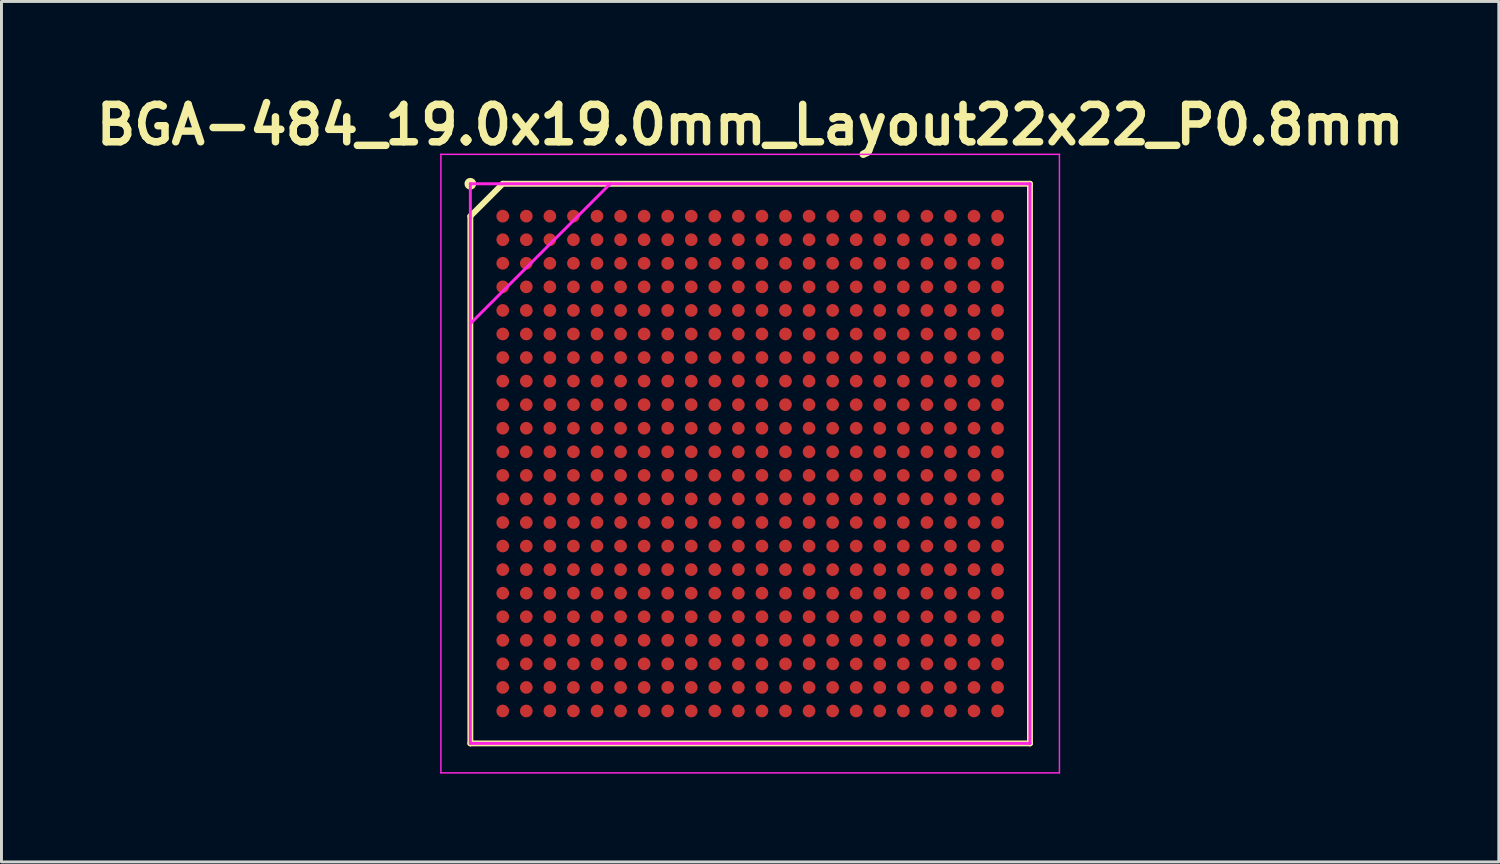
<source format=kicad_pcb>
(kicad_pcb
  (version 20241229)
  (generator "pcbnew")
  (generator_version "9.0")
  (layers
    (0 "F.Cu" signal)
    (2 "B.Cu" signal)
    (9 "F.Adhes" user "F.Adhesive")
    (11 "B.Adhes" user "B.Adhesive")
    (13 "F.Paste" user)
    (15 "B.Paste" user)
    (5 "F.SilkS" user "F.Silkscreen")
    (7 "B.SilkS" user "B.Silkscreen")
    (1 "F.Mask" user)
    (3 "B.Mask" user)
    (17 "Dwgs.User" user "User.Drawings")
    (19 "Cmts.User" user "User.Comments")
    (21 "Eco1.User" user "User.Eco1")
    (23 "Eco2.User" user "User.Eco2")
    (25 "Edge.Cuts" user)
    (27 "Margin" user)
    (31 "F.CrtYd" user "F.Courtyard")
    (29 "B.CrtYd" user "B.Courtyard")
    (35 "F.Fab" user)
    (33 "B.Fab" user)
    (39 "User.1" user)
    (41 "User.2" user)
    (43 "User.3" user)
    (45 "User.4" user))
  (footprint "BGA-484_19.0x19.0mm_Layout22x22_P0.8mm"
    (layer "F.Cu")
    (at 22.419 12.689)
    (property "Reference" "BGA-484_19.0x19.0mm_Layout22x22_P0.8mm" (at 0 -11.5 0) (layer "F.SilkS") (effects (font (size 1.27 1.27) (thickness 0.254))))
    (attr smd)
    (fp_line (start -9.5 -8.4) (end -8.4 -9.5) (stroke (width 0.2) (type solid)) (layer "F.SilkS"))
    (fp_line (start -9.5 9.5) (end -9.5 -8.4) (stroke (width 0.2) (type solid)) (layer "F.SilkS"))
    (fp_line (start -8.4 -9.5) (end 9.5 -9.5) (stroke (width 0.2) (type solid)) (layer "F.SilkS"))
    (fp_line (start 9.5 -9.5) (end 9.5 9.5) (stroke (width 0.2) (type solid)) (layer "F.SilkS"))
    (fp_line (start 9.5 9.5) (end -9.5 9.5) (stroke (width 0.2) (type solid)) (layer "F.SilkS"))
    (fp_circle (center -9.5 -9.5) (end -9.5 -9.4) (stroke (width 0.2) (type solid)) (fill no) (layer "F.SilkS"))
    (fp_line (start -10.5 -10.5) (end 10.5 -10.5) (stroke (width 0.05) (type solid)) (layer "F.CrtYd"))
    (fp_line (start -10.5 10.5) (end -10.5 -10.5) (stroke (width 0.05) (type solid)) (layer "F.CrtYd"))
    (fp_line (start -9.5 -9.5) (end 9.5 -9.5) (stroke (width 0.1) (type solid)) (layer "F.CrtYd"))
    (fp_line (start -9.5 -4.75) (end -4.75 -9.5) (stroke (width 0.1) (type solid)) (layer "F.CrtYd"))
    (fp_line (start -9.5 9.5) (end -9.5 -9.5) (stroke (width 0.1) (type solid)) (layer "F.CrtYd"))
    (fp_line (start 9.5 -9.5) (end 9.5 9.5) (stroke (width 0.1) (type solid)) (layer "F.CrtYd"))
    (fp_line (start 9.5 9.5) (end -9.5 9.5) (stroke (width 0.1) (type solid)) (layer "F.CrtYd"))
    (fp_line (start 10.5 -10.5) (end 10.5 10.5) (stroke (width 0.05) (type solid)) (layer "F.CrtYd"))
    (fp_line (start 10.5 10.5) (end -10.5 10.5) (stroke (width 0.05) (type solid)) (layer "F.CrtYd"))
    (pad "A1" smd circle (at -8.4 -8.4 90) (size 0.43 0.43) (layers "F.Cu" "F.Paste"))
    (pad "A2" smd circle (at -7.6 -8.4 90) (size 0.43 0.43) (layers "F.Cu" "F.Paste"))
    (pad "A3" smd circle (at -6.8 -8.4 90) (size 0.43 0.43) (layers "F.Cu" "F.Paste"))
    (pad "A4" smd circle (at -6 -8.4 90) (size 0.43 0.43) (layers "F.Cu" "F.Paste"))
    (pad "A5" smd circle (at -5.2 -8.4 90) (size 0.43 0.43) (layers "F.Cu" "F.Paste"))
    (pad "A6" smd circle (at -4.4 -8.4 90) (size 0.43 0.43) (layers "F.Cu" "F.Paste"))
    (pad "A7" smd circle (at -3.6 -8.4 90) (size 0.43 0.43) (layers "F.Cu" "F.Paste"))
    (pad "A8" smd circle (at -2.8 -8.4 90) (size 0.43 0.43) (layers "F.Cu" "F.Paste"))
    (pad "A9" smd circle (at -2 -8.4 90) (size 0.43 0.43) (layers "F.Cu" "F.Paste"))
    (pad "A10" smd circle (at -1.2 -8.4 90) (size 0.43 0.43) (layers "F.Cu" "F.Paste"))
    (pad "A11" smd circle (at -0.4 -8.4 90) (size 0.43 0.43) (layers "F.Cu" "F.Paste"))
    (pad "A12" smd circle (at 0.4 -8.4 90) (size 0.43 0.43) (layers "F.Cu" "F.Paste"))
    (pad "A13" smd circle (at 1.2 -8.4 90) (size 0.43 0.43) (layers "F.Cu" "F.Paste"))
    (pad "A14" smd circle (at 2 -8.4 90) (size 0.43 0.43) (layers "F.Cu" "F.Paste"))
    (pad "A15" smd circle (at 2.8 -8.4 90) (size 0.43 0.43) (layers "F.Cu" "F.Paste"))
    (pad "A16" smd circle (at 3.6 -8.4 90) (size 0.43 0.43) (layers "F.Cu" "F.Paste"))
    (pad "A17" smd circle (at 4.4 -8.4 90) (size 0.43 0.43) (layers "F.Cu" "F.Paste"))
    (pad "A18" smd circle (at 5.2 -8.4 90) (size 0.43 0.43) (layers "F.Cu" "F.Paste"))
    (pad "A19" smd circle (at 6 -8.4 90) (size 0.43 0.43) (layers "F.Cu" "F.Paste"))
    (pad "A20" smd circle (at 6.8 -8.4 90) (size 0.43 0.43) (layers "F.Cu" "F.Paste"))
    (pad "A21" smd circle (at 7.6 -8.4 90) (size 0.43 0.43) (layers "F.Cu" "F.Paste"))
    (pad "A22" smd circle (at 8.4 -8.4 90) (size 0.43 0.43) (layers "F.Cu" "F.Paste"))
    (pad "AA1" smd circle (at -8.4 7.6 90) (size 0.43 0.43) (layers "F.Cu" "F.Paste"))
    (pad "AA2" smd circle (at -7.6 7.6 90) (size 0.43 0.43) (layers "F.Cu" "F.Paste"))
    (pad "AA3" smd circle (at -6.8 7.6 90) (size 0.43 0.43) (layers "F.Cu" "F.Paste"))
    (pad "AA4" smd circle (at -6 7.6 90) (size 0.43 0.43) (layers "F.Cu" "F.Paste"))
    (pad "AA5" smd circle (at -5.2 7.6 90) (size 0.43 0.43) (layers "F.Cu" "F.Paste"))
    (pad "AA6" smd circle (at -4.4 7.6 90) (size 0.43 0.43) (layers "F.Cu" "F.Paste"))
    (pad "AA7" smd circle (at -3.6 7.6 90) (size 0.43 0.43) (layers "F.Cu" "F.Paste"))
    (pad "AA8" smd circle (at -2.8 7.6 90) (size 0.43 0.43) (layers "F.Cu" "F.Paste"))
    (pad "AA9" smd circle (at -2 7.6 90) (size 0.43 0.43) (layers "F.Cu" "F.Paste"))
    (pad "AA10" smd circle (at -1.2 7.6 90) (size 0.43 0.43) (layers "F.Cu" "F.Paste"))
    (pad "AA11" smd circle (at -0.4 7.6 90) (size 0.43 0.43) (layers "F.Cu" "F.Paste"))
    (pad "AA12" smd circle (at 0.4 7.6 90) (size 0.43 0.43) (layers "F.Cu" "F.Paste"))
    (pad "AA13" smd circle (at 1.2 7.6 90) (size 0.43 0.43) (layers "F.Cu" "F.Paste"))
    (pad "AA14" smd circle (at 2 7.6 90) (size 0.43 0.43) (layers "F.Cu" "F.Paste"))
    (pad "AA15" smd circle (at 2.8 7.6 90) (size 0.43 0.43) (layers "F.Cu" "F.Paste"))
    (pad "AA16" smd circle (at 3.6 7.6 90) (size 0.43 0.43) (layers "F.Cu" "F.Paste"))
    (pad "AA17" smd circle (at 4.4 7.6 90) (size 0.43 0.43) (layers "F.Cu" "F.Paste"))
    (pad "AA18" smd circle (at 5.2 7.6 90) (size 0.43 0.43) (layers "F.Cu" "F.Paste"))
    (pad "AA19" smd circle (at 6 7.6 90) (size 0.43 0.43) (layers "F.Cu" "F.Paste"))
    (pad "AA20" smd circle (at 6.8 7.6 90) (size 0.43 0.43) (layers "F.Cu" "F.Paste"))
    (pad "AA21" smd circle (at 7.6 7.6 90) (size 0.43 0.43) (layers "F.Cu" "F.Paste"))
    (pad "AA22" smd circle (at 8.4 7.6 90) (size 0.43 0.43) (layers "F.Cu" "F.Paste"))
    (pad "AB1" smd circle (at -8.4 8.4 90) (size 0.43 0.43) (layers "F.Cu" "F.Paste"))
    (pad "AB2" smd circle (at -7.6 8.4 90) (size 0.43 0.43) (layers "F.Cu" "F.Paste"))
    (pad "AB3" smd circle (at -6.8 8.4 90) (size 0.43 0.43) (layers "F.Cu" "F.Paste"))
    (pad "AB4" smd circle (at -6 8.4 90) (size 0.43 0.43) (layers "F.Cu" "F.Paste"))
    (pad "AB5" smd circle (at -5.2 8.4 90) (size 0.43 0.43) (layers "F.Cu" "F.Paste"))
    (pad "AB6" smd circle (at -4.4 8.4 90) (size 0.43 0.43) (layers "F.Cu" "F.Paste"))
    (pad "AB7" smd circle (at -3.6 8.4 90) (size 0.43 0.43) (layers "F.Cu" "F.Paste"))
    (pad "AB8" smd circle (at -2.8 8.4 90) (size 0.43 0.43) (layers "F.Cu" "F.Paste"))
    (pad "AB9" smd circle (at -2 8.4 90) (size 0.43 0.43) (layers "F.Cu" "F.Paste"))
    (pad "AB10" smd circle (at -1.2 8.4 90) (size 0.43 0.43) (layers "F.Cu" "F.Paste"))
    (pad "AB11" smd circle (at -0.4 8.4 90) (size 0.43 0.43) (layers "F.Cu" "F.Paste"))
    (pad "AB12" smd circle (at 0.4 8.4 90) (size 0.43 0.43) (layers "F.Cu" "F.Paste"))
    (pad "AB13" smd circle (at 1.2 8.4 90) (size 0.43 0.43) (layers "F.Cu" "F.Paste"))
    (pad "AB14" smd circle (at 2 8.4 90) (size 0.43 0.43) (layers "F.Cu" "F.Paste"))
    (pad "AB15" smd circle (at 2.8 8.4 90) (size 0.43 0.43) (layers "F.Cu" "F.Paste"))
    (pad "AB16" smd circle (at 3.6 8.4 90) (size 0.43 0.43) (layers "F.Cu" "F.Paste"))
    (pad "AB17" smd circle (at 4.4 8.4 90) (size 0.43 0.43) (layers "F.Cu" "F.Paste"))
    (pad "AB18" smd circle (at 5.2 8.4 90) (size 0.43 0.43) (layers "F.Cu" "F.Paste"))
    (pad "AB19" smd circle (at 6 8.4 90) (size 0.43 0.43) (layers "F.Cu" "F.Paste"))
    (pad "AB20" smd circle (at 6.8 8.4 90) (size 0.43 0.43) (layers "F.Cu" "F.Paste"))
    (pad "AB21" smd circle (at 7.6 8.4 90) (size 0.43 0.43) (layers "F.Cu" "F.Paste"))
    (pad "AB22" smd circle (at 8.4 8.4 90) (size 0.43 0.43) (layers "F.Cu" "F.Paste"))
    (pad "B1" smd circle (at -8.4 -7.6 90) (size 0.43 0.43) (layers "F.Cu" "F.Paste"))
    (pad "B2" smd circle (at -7.6 -7.6 90) (size 0.43 0.43) (layers "F.Cu" "F.Paste"))
    (pad "B3" smd circle (at -6.8 -7.6 90) (size 0.43 0.43) (layers "F.Cu" "F.Paste"))
    (pad "B4" smd circle (at -6 -7.6 90) (size 0.43 0.43) (layers "F.Cu" "F.Paste"))
    (pad "B5" smd circle (at -5.2 -7.6 90) (size 0.43 0.43) (layers "F.Cu" "F.Paste"))
    (pad "B6" smd circle (at -4.4 -7.6 90) (size 0.43 0.43) (layers "F.Cu" "F.Paste"))
    (pad "B7" smd circle (at -3.6 -7.6 90) (size 0.43 0.43) (layers "F.Cu" "F.Paste"))
    (pad "B8" smd circle (at -2.8 -7.6 90) (size 0.43 0.43) (layers "F.Cu" "F.Paste"))
    (pad "B9" smd circle (at -2 -7.6 90) (size 0.43 0.43) (layers "F.Cu" "F.Paste"))
    (pad "B10" smd circle (at -1.2 -7.6 90) (size 0.43 0.43) (layers "F.Cu" "F.Paste"))
    (pad "B11" smd circle (at -0.4 -7.6 90) (size 0.43 0.43) (layers "F.Cu" "F.Paste"))
    (pad "B12" smd circle (at 0.4 -7.6 90) (size 0.43 0.43) (layers "F.Cu" "F.Paste"))
    (pad "B13" smd circle (at 1.2 -7.6 90) (size 0.43 0.43) (layers "F.Cu" "F.Paste"))
    (pad "B14" smd circle (at 2 -7.6 90) (size 0.43 0.43) (layers "F.Cu" "F.Paste"))
    (pad "B15" smd circle (at 2.8 -7.6 90) (size 0.43 0.43) (layers "F.Cu" "F.Paste"))
    (pad "B16" smd circle (at 3.6 -7.6 90) (size 0.43 0.43) (layers "F.Cu" "F.Paste"))
    (pad "B17" smd circle (at 4.4 -7.6 90) (size 0.43 0.43) (layers "F.Cu" "F.Paste"))
    (pad "B18" smd circle (at 5.2 -7.6 90) (size 0.43 0.43) (layers "F.Cu" "F.Paste"))
    (pad "B19" smd circle (at 6 -7.6 90) (size 0.43 0.43) (layers "F.Cu" "F.Paste"))
    (pad "B20" smd circle (at 6.8 -7.6 90) (size 0.43 0.43) (layers "F.Cu" "F.Paste"))
    (pad "B21" smd circle (at 7.6 -7.6 90) (size 0.43 0.43) (layers "F.Cu" "F.Paste"))
    (pad "B22" smd circle (at 8.4 -7.6 90) (size 0.43 0.43) (layers "F.Cu" "F.Paste"))
    (pad "C1" smd circle (at -8.4 -6.8 90) (size 0.43 0.43) (layers "F.Cu" "F.Paste"))
    (pad "C2" smd circle (at -7.6 -6.8 90) (size 0.43 0.43) (layers "F.Cu" "F.Paste"))
    (pad "C3" smd circle (at -6.8 -6.8 90) (size 0.43 0.43) (layers "F.Cu" "F.Paste"))
    (pad "C4" smd circle (at -6 -6.8 90) (size 0.43 0.43) (layers "F.Cu" "F.Paste"))
    (pad "C5" smd circle (at -5.2 -6.8 90) (size 0.43 0.43) (layers "F.Cu" "F.Paste"))
    (pad "C6" smd circle (at -4.4 -6.8 90) (size 0.43 0.43) (layers "F.Cu" "F.Paste"))
    (pad "C7" smd circle (at -3.6 -6.8 90) (size 0.43 0.43) (layers "F.Cu" "F.Paste"))
    (pad "C8" smd circle (at -2.8 -6.8 90) (size 0.43 0.43) (layers "F.Cu" "F.Paste"))
    (pad "C9" smd circle (at -2 -6.8 90) (size 0.43 0.43) (layers "F.Cu" "F.Paste"))
    (pad "C10" smd circle (at -1.2 -6.8 90) (size 0.43 0.43) (layers "F.Cu" "F.Paste"))
    (pad "C11" smd circle (at -0.4 -6.8 90) (size 0.43 0.43) (layers "F.Cu" "F.Paste"))
    (pad "C12" smd circle (at 0.4 -6.8 90) (size 0.43 0.43) (layers "F.Cu" "F.Paste"))
    (pad "C13" smd circle (at 1.2 -6.8 90) (size 0.43 0.43) (layers "F.Cu" "F.Paste"))
    (pad "C14" smd circle (at 2 -6.8 90) (size 0.43 0.43) (layers "F.Cu" "F.Paste"))
    (pad "C15" smd circle (at 2.8 -6.8 90) (size 0.43 0.43) (layers "F.Cu" "F.Paste"))
    (pad "C16" smd circle (at 3.6 -6.8 90) (size 0.43 0.43) (layers "F.Cu" "F.Paste"))
    (pad "C17" smd circle (at 4.4 -6.8 90) (size 0.43 0.43) (layers "F.Cu" "F.Paste"))
    (pad "C18" smd circle (at 5.2 -6.8 90) (size 0.43 0.43) (layers "F.Cu" "F.Paste"))
    (pad "C19" smd circle (at 6 -6.8 90) (size 0.43 0.43) (layers "F.Cu" "F.Paste"))
    (pad "C20" smd circle (at 6.8 -6.8 90) (size 0.43 0.43) (layers "F.Cu" "F.Paste"))
    (pad "C21" smd circle (at 7.6 -6.8 90) (size 0.43 0.43) (layers "F.Cu" "F.Paste"))
    (pad "C22" smd circle (at 8.4 -6.8 90) (size 0.43 0.43) (layers "F.Cu" "F.Paste"))
    (pad "D1" smd circle (at -8.4 -6 90) (size 0.43 0.43) (layers "F.Cu" "F.Paste"))
    (pad "D2" smd circle (at -7.6 -6 90) (size 0.43 0.43) (layers "F.Cu" "F.Paste"))
    (pad "D3" smd circle (at -6.8 -6 90) (size 0.43 0.43) (layers "F.Cu" "F.Paste"))
    (pad "D4" smd circle (at -6 -6 90) (size 0.43 0.43) (layers "F.Cu" "F.Paste"))
    (pad "D5" smd circle (at -5.2 -6 90) (size 0.43 0.43) (layers "F.Cu" "F.Paste"))
    (pad "D6" smd circle (at -4.4 -6 90) (size 0.43 0.43) (layers "F.Cu" "F.Paste"))
    (pad "D7" smd circle (at -3.6 -6 90) (size 0.43 0.43) (layers "F.Cu" "F.Paste"))
    (pad "D8" smd circle (at -2.8 -6 90) (size 0.43 0.43) (layers "F.Cu" "F.Paste"))
    (pad "D9" smd circle (at -2 -6 90) (size 0.43 0.43) (layers "F.Cu" "F.Paste"))
    (pad "D10" smd circle (at -1.2 -6 90) (size 0.43 0.43) (layers "F.Cu" "F.Paste"))
    (pad "D11" smd circle (at -0.4 -6 90) (size 0.43 0.43) (layers "F.Cu" "F.Paste"))
    (pad "D12" smd circle (at 0.4 -6 90) (size 0.43 0.43) (layers "F.Cu" "F.Paste"))
    (pad "D13" smd circle (at 1.2 -6 90) (size 0.43 0.43) (layers "F.Cu" "F.Paste"))
    (pad "D14" smd circle (at 2 -6 90) (size 0.43 0.43) (layers "F.Cu" "F.Paste"))
    (pad "D15" smd circle (at 2.8 -6 90) (size 0.43 0.43) (layers "F.Cu" "F.Paste"))
    (pad "D16" smd circle (at 3.6 -6 90) (size 0.43 0.43) (layers "F.Cu" "F.Paste"))
    (pad "D17" smd circle (at 4.4 -6 90) (size 0.43 0.43) (layers "F.Cu" "F.Paste"))
    (pad "D18" smd circle (at 5.2 -6 90) (size 0.43 0.43) (layers "F.Cu" "F.Paste"))
    (pad "D19" smd circle (at 6 -6 90) (size 0.43 0.43) (layers "F.Cu" "F.Paste"))
    (pad "D20" smd circle (at 6.8 -6 90) (size 0.43 0.43) (layers "F.Cu" "F.Paste"))
    (pad "D21" smd circle (at 7.6 -6 90) (size 0.43 0.43) (layers "F.Cu" "F.Paste"))
    (pad "D22" smd circle (at 8.4 -6 90) (size 0.43 0.43) (layers "F.Cu" "F.Paste"))
    (pad "E1" smd circle (at -8.4 -5.2 90) (size 0.43 0.43) (layers "F.Cu" "F.Paste"))
    (pad "E2" smd circle (at -7.6 -5.2 90) (size 0.43 0.43) (layers "F.Cu" "F.Paste"))
    (pad "E3" smd circle (at -6.8 -5.2 90) (size 0.43 0.43) (layers "F.Cu" "F.Paste"))
    (pad "E4" smd circle (at -6 -5.2 90) (size 0.43 0.43) (layers "F.Cu" "F.Paste"))
    (pad "E5" smd circle (at -5.2 -5.2 90) (size 0.43 0.43) (layers "F.Cu" "F.Paste"))
    (pad "E6" smd circle (at -4.4 -5.2 90) (size 0.43 0.43) (layers "F.Cu" "F.Paste"))
    (pad "E7" smd circle (at -3.6 -5.2 90) (size 0.43 0.43) (layers "F.Cu" "F.Paste"))
    (pad "E8" smd circle (at -2.8 -5.2 90) (size 0.43 0.43) (layers "F.Cu" "F.Paste"))
    (pad "E9" smd circle (at -2 -5.2 90) (size 0.43 0.43) (layers "F.Cu" "F.Paste"))
    (pad "E10" smd circle (at -1.2 -5.2 90) (size 0.43 0.43) (layers "F.Cu" "F.Paste"))
    (pad "E11" smd circle (at -0.4 -5.2 90) (size 0.43 0.43) (layers "F.Cu" "F.Paste"))
    (pad "E12" smd circle (at 0.4 -5.2 90) (size 0.43 0.43) (layers "F.Cu" "F.Paste"))
    (pad "E13" smd circle (at 1.2 -5.2 90) (size 0.43 0.43) (layers "F.Cu" "F.Paste"))
    (pad "E14" smd circle (at 2 -5.2 90) (size 0.43 0.43) (layers "F.Cu" "F.Paste"))
    (pad "E15" smd circle (at 2.8 -5.2 90) (size 0.43 0.43) (layers "F.Cu" "F.Paste"))
    (pad "E16" smd circle (at 3.6 -5.2 90) (size 0.43 0.43) (layers "F.Cu" "F.Paste"))
    (pad "E17" smd circle (at 4.4 -5.2 90) (size 0.43 0.43) (layers "F.Cu" "F.Paste"))
    (pad "E18" smd circle (at 5.2 -5.2 90) (size 0.43 0.43) (layers "F.Cu" "F.Paste"))
    (pad "E19" smd circle (at 6 -5.2 90) (size 0.43 0.43) (layers "F.Cu" "F.Paste"))
    (pad "E20" smd circle (at 6.8 -5.2 90) (size 0.43 0.43) (layers "F.Cu" "F.Paste"))
    (pad "E21" smd circle (at 7.6 -5.2 90) (size 0.43 0.43) (layers "F.Cu" "F.Paste"))
    (pad "E22" smd circle (at 8.4 -5.2 90) (size 0.43 0.43) (layers "F.Cu" "F.Paste"))
    (pad "F1" smd circle (at -8.4 -4.4 90) (size 0.43 0.43) (layers "F.Cu" "F.Paste"))
    (pad "F2" smd circle (at -7.6 -4.4 90) (size 0.43 0.43) (layers "F.Cu" "F.Paste"))
    (pad "F3" smd circle (at -6.8 -4.4 90) (size 0.43 0.43) (layers "F.Cu" "F.Paste"))
    (pad "F4" smd circle (at -6 -4.4 90) (size 0.43 0.43) (layers "F.Cu" "F.Paste"))
    (pad "F5" smd circle (at -5.2 -4.4 90) (size 0.43 0.43) (layers "F.Cu" "F.Paste"))
    (pad "F6" smd circle (at -4.4 -4.4 90) (size 0.43 0.43) (layers "F.Cu" "F.Paste"))
    (pad "F7" smd circle (at -3.6 -4.4 90) (size 0.43 0.43) (layers "F.Cu" "F.Paste"))
    (pad "F8" smd circle (at -2.8 -4.4 90) (size 0.43 0.43) (layers "F.Cu" "F.Paste"))
    (pad "F9" smd circle (at -2 -4.4 90) (size 0.43 0.43) (layers "F.Cu" "F.Paste"))
    (pad "F10" smd circle (at -1.2 -4.4 90) (size 0.43 0.43) (layers "F.Cu" "F.Paste"))
    (pad "F11" smd circle (at -0.4 -4.4 90) (size 0.43 0.43) (layers "F.Cu" "F.Paste"))
    (pad "F12" smd circle (at 0.4 -4.4 90) (size 0.43 0.43) (layers "F.Cu" "F.Paste"))
    (pad "F13" smd circle (at 1.2 -4.4 90) (size 0.43 0.43) (layers "F.Cu" "F.Paste"))
    (pad "F14" smd circle (at 2 -4.4 90) (size 0.43 0.43) (layers "F.Cu" "F.Paste"))
    (pad "F15" smd circle (at 2.8 -4.4 90) (size 0.43 0.43) (layers "F.Cu" "F.Paste"))
    (pad "F16" smd circle (at 3.6 -4.4 90) (size 0.43 0.43) (layers "F.Cu" "F.Paste"))
    (pad "F17" smd circle (at 4.4 -4.4 90) (size 0.43 0.43) (layers "F.Cu" "F.Paste"))
    (pad "F18" smd circle (at 5.2 -4.4 90) (size 0.43 0.43) (layers "F.Cu" "F.Paste"))
    (pad "F19" smd circle (at 6 -4.4 90) (size 0.43 0.43) (layers "F.Cu" "F.Paste"))
    (pad "F20" smd circle (at 6.8 -4.4 90) (size 0.43 0.43) (layers "F.Cu" "F.Paste"))
    (pad "F21" smd circle (at 7.6 -4.4 90) (size 0.43 0.43) (layers "F.Cu" "F.Paste"))
    (pad "F22" smd circle (at 8.4 -4.4 90) (size 0.43 0.43) (layers "F.Cu" "F.Paste"))
    (pad "G1" smd circle (at -8.4 -3.6 90) (size 0.43 0.43) (layers "F.Cu" "F.Paste"))
    (pad "G2" smd circle (at -7.6 -3.6 90) (size 0.43 0.43) (layers "F.Cu" "F.Paste"))
    (pad "G3" smd circle (at -6.8 -3.6 90) (size 0.43 0.43) (layers "F.Cu" "F.Paste"))
    (pad "G4" smd circle (at -6 -3.6 90) (size 0.43 0.43) (layers "F.Cu" "F.Paste"))
    (pad "G5" smd circle (at -5.2 -3.6 90) (size 0.43 0.43) (layers "F.Cu" "F.Paste"))
    (pad "G6" smd circle (at -4.4 -3.6 90) (size 0.43 0.43) (layers "F.Cu" "F.Paste"))
    (pad "G7" smd circle (at -3.6 -3.6 90) (size 0.43 0.43) (layers "F.Cu" "F.Paste"))
    (pad "G8" smd circle (at -2.8 -3.6 90) (size 0.43 0.43) (layers "F.Cu" "F.Paste"))
    (pad "G9" smd circle (at -2 -3.6 90) (size 0.43 0.43) (layers "F.Cu" "F.Paste"))
    (pad "G10" smd circle (at -1.2 -3.6 90) (size 0.43 0.43) (layers "F.Cu" "F.Paste"))
    (pad "G11" smd circle (at -0.4 -3.6 90) (size 0.43 0.43) (layers "F.Cu" "F.Paste"))
    (pad "G12" smd circle (at 0.4 -3.6 90) (size 0.43 0.43) (layers "F.Cu" "F.Paste"))
    (pad "G13" smd circle (at 1.2 -3.6 90) (size 0.43 0.43) (layers "F.Cu" "F.Paste"))
    (pad "G14" smd circle (at 2 -3.6 90) (size 0.43 0.43) (layers "F.Cu" "F.Paste"))
    (pad "G15" smd circle (at 2.8 -3.6 90) (size 0.43 0.43) (layers "F.Cu" "F.Paste"))
    (pad "G16" smd circle (at 3.6 -3.6 90) (size 0.43 0.43) (layers "F.Cu" "F.Paste"))
    (pad "G17" smd circle (at 4.4 -3.6 90) (size 0.43 0.43) (layers "F.Cu" "F.Paste"))
    (pad "G18" smd circle (at 5.2 -3.6 90) (size 0.43 0.43) (layers "F.Cu" "F.Paste"))
    (pad "G19" smd circle (at 6 -3.6 90) (size 0.43 0.43) (layers "F.Cu" "F.Paste"))
    (pad "G20" smd circle (at 6.8 -3.6 90) (size 0.43 0.43) (layers "F.Cu" "F.Paste"))
    (pad "G21" smd circle (at 7.6 -3.6 90) (size 0.43 0.43) (layers "F.Cu" "F.Paste"))
    (pad "G22" smd circle (at 8.4 -3.6 90) (size 0.43 0.43) (layers "F.Cu" "F.Paste"))
    (pad "H1" smd circle (at -8.4 -2.8 90) (size 0.43 0.43) (layers "F.Cu" "F.Paste"))
    (pad "H2" smd circle (at -7.6 -2.8 90) (size 0.43 0.43) (layers "F.Cu" "F.Paste"))
    (pad "H3" smd circle (at -6.8 -2.8 90) (size 0.43 0.43) (layers "F.Cu" "F.Paste"))
    (pad "H4" smd circle (at -6 -2.8 90) (size 0.43 0.43) (layers "F.Cu" "F.Paste"))
    (pad "H5" smd circle (at -5.2 -2.8 90) (size 0.43 0.43) (layers "F.Cu" "F.Paste"))
    (pad "H6" smd circle (at -4.4 -2.8 90) (size 0.43 0.43) (layers "F.Cu" "F.Paste"))
    (pad "H7" smd circle (at -3.6 -2.8 90) (size 0.43 0.43) (layers "F.Cu" "F.Paste"))
    (pad "H8" smd circle (at -2.8 -2.8 90) (size 0.43 0.43) (layers "F.Cu" "F.Paste"))
    (pad "H9" smd circle (at -2 -2.8 90) (size 0.43 0.43) (layers "F.Cu" "F.Paste"))
    (pad "H10" smd circle (at -1.2 -2.8 90) (size 0.43 0.43) (layers "F.Cu" "F.Paste"))
    (pad "H11" smd circle (at -0.4 -2.8 90) (size 0.43 0.43) (layers "F.Cu" "F.Paste"))
    (pad "H12" smd circle (at 0.4 -2.8 90) (size 0.43 0.43) (layers "F.Cu" "F.Paste"))
    (pad "H13" smd circle (at 1.2 -2.8 90) (size 0.43 0.43) (layers "F.Cu" "F.Paste"))
    (pad "H14" smd circle (at 2 -2.8 90) (size 0.43 0.43) (layers "F.Cu" "F.Paste"))
    (pad "H15" smd circle (at 2.8 -2.8 90) (size 0.43 0.43) (layers "F.Cu" "F.Paste"))
    (pad "H16" smd circle (at 3.6 -2.8 90) (size 0.43 0.43) (layers "F.Cu" "F.Paste"))
    (pad "H17" smd circle (at 4.4 -2.8 90) (size 0.43 0.43) (layers "F.Cu" "F.Paste"))
    (pad "H18" smd circle (at 5.2 -2.8 90) (size 0.43 0.43) (layers "F.Cu" "F.Paste"))
    (pad "H19" smd circle (at 6 -2.8 90) (size 0.43 0.43) (layers "F.Cu" "F.Paste"))
    (pad "H20" smd circle (at 6.8 -2.8 90) (size 0.43 0.43) (layers "F.Cu" "F.Paste"))
    (pad "H21" smd circle (at 7.6 -2.8 90) (size 0.43 0.43) (layers "F.Cu" "F.Paste"))
    (pad "H22" smd circle (at 8.4 -2.8 90) (size 0.43 0.43) (layers "F.Cu" "F.Paste"))
    (pad "J1" smd circle (at -8.4 -2 90) (size 0.43 0.43) (layers "F.Cu" "F.Paste"))
    (pad "J2" smd circle (at -7.6 -2 90) (size 0.43 0.43) (layers "F.Cu" "F.Paste"))
    (pad "J3" smd circle (at -6.8 -2 90) (size 0.43 0.43) (layers "F.Cu" "F.Paste"))
    (pad "J4" smd circle (at -6 -2 90) (size 0.43 0.43) (layers "F.Cu" "F.Paste"))
    (pad "J5" smd circle (at -5.2 -2 90) (size 0.43 0.43) (layers "F.Cu" "F.Paste"))
    (pad "J6" smd circle (at -4.4 -2 90) (size 0.43 0.43) (layers "F.Cu" "F.Paste"))
    (pad "J7" smd circle (at -3.6 -2 90) (size 0.43 0.43) (layers "F.Cu" "F.Paste"))
    (pad "J8" smd circle (at -2.8 -2 90) (size 0.43 0.43) (layers "F.Cu" "F.Paste"))
    (pad "J9" smd circle (at -2 -2 90) (size 0.43 0.43) (layers "F.Cu" "F.Paste"))
    (pad "J10" smd circle (at -1.2 -2 90) (size 0.43 0.43) (layers "F.Cu" "F.Paste"))
    (pad "J11" smd circle (at -0.4 -2 90) (size 0.43 0.43) (layers "F.Cu" "F.Paste"))
    (pad "J12" smd circle (at 0.4 -2 90) (size 0.43 0.43) (layers "F.Cu" "F.Paste"))
    (pad "J13" smd circle (at 1.2 -2 90) (size 0.43 0.43) (layers "F.Cu" "F.Paste"))
    (pad "J14" smd circle (at 2 -2 90) (size 0.43 0.43) (layers "F.Cu" "F.Paste"))
    (pad "J15" smd circle (at 2.8 -2 90) (size 0.43 0.43) (layers "F.Cu" "F.Paste"))
    (pad "J16" smd circle (at 3.6 -2 90) (size 0.43 0.43) (layers "F.Cu" "F.Paste"))
    (pad "J17" smd circle (at 4.4 -2 90) (size 0.43 0.43) (layers "F.Cu" "F.Paste"))
    (pad "J18" smd circle (at 5.2 -2 90) (size 0.43 0.43) (layers "F.Cu" "F.Paste"))
    (pad "J19" smd circle (at 6 -2 90) (size 0.43 0.43) (layers "F.Cu" "F.Paste"))
    (pad "J20" smd circle (at 6.8 -2 90) (size 0.43 0.43) (layers "F.Cu" "F.Paste"))
    (pad "J21" smd circle (at 7.6 -2 90) (size 0.43 0.43) (layers "F.Cu" "F.Paste"))
    (pad "J22" smd circle (at 8.4 -2 90) (size 0.43 0.43) (layers "F.Cu" "F.Paste"))
    (pad "K1" smd circle (at -8.4 -1.2 90) (size 0.43 0.43) (layers "F.Cu" "F.Paste"))
    (pad "K2" smd circle (at -7.6 -1.2 90) (size 0.43 0.43) (layers "F.Cu" "F.Paste"))
    (pad "K3" smd circle (at -6.8 -1.2 90) (size 0.43 0.43) (layers "F.Cu" "F.Paste"))
    (pad "K4" smd circle (at -6 -1.2 90) (size 0.43 0.43) (layers "F.Cu" "F.Paste"))
    (pad "K5" smd circle (at -5.2 -1.2 90) (size 0.43 0.43) (layers "F.Cu" "F.Paste"))
    (pad "K6" smd circle (at -4.4 -1.2 90) (size 0.43 0.43) (layers "F.Cu" "F.Paste"))
    (pad "K7" smd circle (at -3.6 -1.2 90) (size 0.43 0.43) (layers "F.Cu" "F.Paste"))
    (pad "K8" smd circle (at -2.8 -1.2 90) (size 0.43 0.43) (layers "F.Cu" "F.Paste"))
    (pad "K9" smd circle (at -2 -1.2 90) (size 0.43 0.43) (layers "F.Cu" "F.Paste"))
    (pad "K10" smd circle (at -1.2 -1.2 90) (size 0.43 0.43) (layers "F.Cu" "F.Paste"))
    (pad "K11" smd circle (at -0.4 -1.2 90) (size 0.43 0.43) (layers "F.Cu" "F.Paste"))
    (pad "K12" smd circle (at 0.4 -1.2 90) (size 0.43 0.43) (layers "F.Cu" "F.Paste"))
    (pad "K13" smd circle (at 1.2 -1.2 90) (size 0.43 0.43) (layers "F.Cu" "F.Paste"))
    (pad "K14" smd circle (at 2 -1.2 90) (size 0.43 0.43) (layers "F.Cu" "F.Paste"))
    (pad "K15" smd circle (at 2.8 -1.2 90) (size 0.43 0.43) (layers "F.Cu" "F.Paste"))
    (pad "K16" smd circle (at 3.6 -1.2 90) (size 0.43 0.43) (layers "F.Cu" "F.Paste"))
    (pad "K17" smd circle (at 4.4 -1.2 90) (size 0.43 0.43) (layers "F.Cu" "F.Paste"))
    (pad "K18" smd circle (at 5.2 -1.2 90) (size 0.43 0.43) (layers "F.Cu" "F.Paste"))
    (pad "K19" smd circle (at 6 -1.2 90) (size 0.43 0.43) (layers "F.Cu" "F.Paste"))
    (pad "K20" smd circle (at 6.8 -1.2 90) (size 0.43 0.43) (layers "F.Cu" "F.Paste"))
    (pad "K21" smd circle (at 7.6 -1.2 90) (size 0.43 0.43) (layers "F.Cu" "F.Paste"))
    (pad "K22" smd circle (at 8.4 -1.2 90) (size 0.43 0.43) (layers "F.Cu" "F.Paste"))
    (pad "L1" smd circle (at -8.4 -0.4 90) (size 0.43 0.43) (layers "F.Cu" "F.Paste"))
    (pad "L2" smd circle (at -7.6 -0.4 90) (size 0.43 0.43) (layers "F.Cu" "F.Paste"))
    (pad "L3" smd circle (at -6.8 -0.4 90) (size 0.43 0.43) (layers "F.Cu" "F.Paste"))
    (pad "L4" smd circle (at -6 -0.4 90) (size 0.43 0.43) (layers "F.Cu" "F.Paste"))
    (pad "L5" smd circle (at -5.2 -0.4 90) (size 0.43 0.43) (layers "F.Cu" "F.Paste"))
    (pad "L6" smd circle (at -4.4 -0.4 90) (size 0.43 0.43) (layers "F.Cu" "F.Paste"))
    (pad "L7" smd circle (at -3.6 -0.4 90) (size 0.43 0.43) (layers "F.Cu" "F.Paste"))
    (pad "L8" smd circle (at -2.8 -0.4 90) (size 0.43 0.43) (layers "F.Cu" "F.Paste"))
    (pad "L9" smd circle (at -2 -0.4 90) (size 0.43 0.43) (layers "F.Cu" "F.Paste"))
    (pad "L10" smd circle (at -1.2 -0.4 90) (size 0.43 0.43) (layers "F.Cu" "F.Paste"))
    (pad "L11" smd circle (at -0.4 -0.4 90) (size 0.43 0.43) (layers "F.Cu" "F.Paste"))
    (pad "L12" smd circle (at 0.4 -0.4 90) (size 0.43 0.43) (layers "F.Cu" "F.Paste"))
    (pad "L13" smd circle (at 1.2 -0.4 90) (size 0.43 0.43) (layers "F.Cu" "F.Paste"))
    (pad "L14" smd circle (at 2 -0.4 90) (size 0.43 0.43) (layers "F.Cu" "F.Paste"))
    (pad "L15" smd circle (at 2.8 -0.4 90) (size 0.43 0.43) (layers "F.Cu" "F.Paste"))
    (pad "L16" smd circle (at 3.6 -0.4 90) (size 0.43 0.43) (layers "F.Cu" "F.Paste"))
    (pad "L17" smd circle (at 4.4 -0.4 90) (size 0.43 0.43) (layers "F.Cu" "F.Paste"))
    (pad "L18" smd circle (at 5.2 -0.4 90) (size 0.43 0.43) (layers "F.Cu" "F.Paste"))
    (pad "L19" smd circle (at 6 -0.4 90) (size 0.43 0.43) (layers "F.Cu" "F.Paste"))
    (pad "L20" smd circle (at 6.8 -0.4 90) (size 0.43 0.43) (layers "F.Cu" "F.Paste"))
    (pad "L21" smd circle (at 7.6 -0.4 90) (size 0.43 0.43) (layers "F.Cu" "F.Paste"))
    (pad "L22" smd circle (at 8.4 -0.4 90) (size 0.43 0.43) (layers "F.Cu" "F.Paste"))
    (pad "M1" smd circle (at -8.4 0.4 90) (size 0.43 0.43) (layers "F.Cu" "F.Paste"))
    (pad "M2" smd circle (at -7.6 0.4 90) (size 0.43 0.43) (layers "F.Cu" "F.Paste"))
    (pad "M3" smd circle (at -6.8 0.4 90) (size 0.43 0.43) (layers "F.Cu" "F.Paste"))
    (pad "M4" smd circle (at -6 0.4 90) (size 0.43 0.43) (layers "F.Cu" "F.Paste"))
    (pad "M5" smd circle (at -5.2 0.4 90) (size 0.43 0.43) (layers "F.Cu" "F.Paste"))
    (pad "M6" smd circle (at -4.4 0.4 90) (size 0.43 0.43) (layers "F.Cu" "F.Paste"))
    (pad "M7" smd circle (at -3.6 0.4 90) (size 0.43 0.43) (layers "F.Cu" "F.Paste"))
    (pad "M8" smd circle (at -2.8 0.4 90) (size 0.43 0.43) (layers "F.Cu" "F.Paste"))
    (pad "M9" smd circle (at -2 0.4 90) (size 0.43 0.43) (layers "F.Cu" "F.Paste"))
    (pad "M10" smd circle (at -1.2 0.4 90) (size 0.43 0.43) (layers "F.Cu" "F.Paste"))
    (pad "M11" smd circle (at -0.4 0.4 90) (size 0.43 0.43) (layers "F.Cu" "F.Paste"))
    (pad "M12" smd circle (at 0.4 0.4 90) (size 0.43 0.43) (layers "F.Cu" "F.Paste"))
    (pad "M13" smd circle (at 1.2 0.4 90) (size 0.43 0.43) (layers "F.Cu" "F.Paste"))
    (pad "M14" smd circle (at 2 0.4 90) (size 0.43 0.43) (layers "F.Cu" "F.Paste"))
    (pad "M15" smd circle (at 2.8 0.4 90) (size 0.43 0.43) (layers "F.Cu" "F.Paste"))
    (pad "M16" smd circle (at 3.6 0.4 90) (size 0.43 0.43) (layers "F.Cu" "F.Paste"))
    (pad "M17" smd circle (at 4.4 0.4 90) (size 0.43 0.43) (layers "F.Cu" "F.Paste"))
    (pad "M18" smd circle (at 5.2 0.4 90) (size 0.43 0.43) (layers "F.Cu" "F.Paste"))
    (pad "M19" smd circle (at 6 0.4 90) (size 0.43 0.43) (layers "F.Cu" "F.Paste"))
    (pad "M20" smd circle (at 6.8 0.4 90) (size 0.43 0.43) (layers "F.Cu" "F.Paste"))
    (pad "M21" smd circle (at 7.6 0.4 90) (size 0.43 0.43) (layers "F.Cu" "F.Paste"))
    (pad "M22" smd circle (at 8.4 0.4 90) (size 0.43 0.43) (layers "F.Cu" "F.Paste"))
    (pad "N1" smd circle (at -8.4 1.2 90) (size 0.43 0.43) (layers "F.Cu" "F.Paste"))
    (pad "N2" smd circle (at -7.6 1.2 90) (size 0.43 0.43) (layers "F.Cu" "F.Paste"))
    (pad "N3" smd circle (at -6.8 1.2 90) (size 0.43 0.43) (layers "F.Cu" "F.Paste"))
    (pad "N4" smd circle (at -6 1.2 90) (size 0.43 0.43) (layers "F.Cu" "F.Paste"))
    (pad "N5" smd circle (at -5.2 1.2 90) (size 0.43 0.43) (layers "F.Cu" "F.Paste"))
    (pad "N6" smd circle (at -4.4 1.2 90) (size 0.43 0.43) (layers "F.Cu" "F.Paste"))
    (pad "N7" smd circle (at -3.6 1.2 90) (size 0.43 0.43) (layers "F.Cu" "F.Paste"))
    (pad "N8" smd circle (at -2.8 1.2 90) (size 0.43 0.43) (layers "F.Cu" "F.Paste"))
    (pad "N9" smd circle (at -2 1.2 90) (size 0.43 0.43) (layers "F.Cu" "F.Paste"))
    (pad "N10" smd circle (at -1.2 1.2 90) (size 0.43 0.43) (layers "F.Cu" "F.Paste"))
    (pad "N11" smd circle (at -0.4 1.2 90) (size 0.43 0.43) (layers "F.Cu" "F.Paste"))
    (pad "N12" smd circle (at 0.4 1.2 90) (size 0.43 0.43) (layers "F.Cu" "F.Paste"))
    (pad "N13" smd circle (at 1.2 1.2 90) (size 0.43 0.43) (layers "F.Cu" "F.Paste"))
    (pad "N14" smd circle (at 2 1.2 90) (size 0.43 0.43) (layers "F.Cu" "F.Paste"))
    (pad "N15" smd circle (at 2.8 1.2 90) (size 0.43 0.43) (layers "F.Cu" "F.Paste"))
    (pad "N16" smd circle (at 3.6 1.2 90) (size 0.43 0.43) (layers "F.Cu" "F.Paste"))
    (pad "N17" smd circle (at 4.4 1.2 90) (size 0.43 0.43) (layers "F.Cu" "F.Paste"))
    (pad "N18" smd circle (at 5.2 1.2 90) (size 0.43 0.43) (layers "F.Cu" "F.Paste"))
    (pad "N19" smd circle (at 6 1.2 90) (size 0.43 0.43) (layers "F.Cu" "F.Paste"))
    (pad "N20" smd circle (at 6.8 1.2 90) (size 0.43 0.43) (layers "F.Cu" "F.Paste"))
    (pad "N21" smd circle (at 7.6 1.2 90) (size 0.43 0.43) (layers "F.Cu" "F.Paste"))
    (pad "N22" smd circle (at 8.4 1.2 90) (size 0.43 0.43) (layers "F.Cu" "F.Paste"))
    (pad "P1" smd circle (at -8.4 2 90) (size 0.43 0.43) (layers "F.Cu" "F.Paste"))
    (pad "P2" smd circle (at -7.6 2 90) (size 0.43 0.43) (layers "F.Cu" "F.Paste"))
    (pad "P3" smd circle (at -6.8 2 90) (size 0.43 0.43) (layers "F.Cu" "F.Paste"))
    (pad "P4" smd circle (at -6 2 90) (size 0.43 0.43) (layers "F.Cu" "F.Paste"))
    (pad "P5" smd circle (at -5.2 2 90) (size 0.43 0.43) (layers "F.Cu" "F.Paste"))
    (pad "P6" smd circle (at -4.4 2 90) (size 0.43 0.43) (layers "F.Cu" "F.Paste"))
    (pad "P7" smd circle (at -3.6 2 90) (size 0.43 0.43) (layers "F.Cu" "F.Paste"))
    (pad "P8" smd circle (at -2.8 2 90) (size 0.43 0.43) (layers "F.Cu" "F.Paste"))
    (pad "P9" smd circle (at -2 2 90) (size 0.43 0.43) (layers "F.Cu" "F.Paste"))
    (pad "P10" smd circle (at -1.2 2 90) (size 0.43 0.43) (layers "F.Cu" "F.Paste"))
    (pad "P11" smd circle (at -0.4 2 90) (size 0.43 0.43) (layers "F.Cu" "F.Paste"))
    (pad "P12" smd circle (at 0.4 2 90) (size 0.43 0.43) (layers "F.Cu" "F.Paste"))
    (pad "P13" smd circle (at 1.2 2 90) (size 0.43 0.43) (layers "F.Cu" "F.Paste"))
    (pad "P14" smd circle (at 2 2 90) (size 0.43 0.43) (layers "F.Cu" "F.Paste"))
    (pad "P15" smd circle (at 2.8 2 90) (size 0.43 0.43) (layers "F.Cu" "F.Paste"))
    (pad "P16" smd circle (at 3.6 2 90) (size 0.43 0.43) (layers "F.Cu" "F.Paste"))
    (pad "P17" smd circle (at 4.4 2 90) (size 0.43 0.43) (layers "F.Cu" "F.Paste"))
    (pad "P18" smd circle (at 5.2 2 90) (size 0.43 0.43) (layers "F.Cu" "F.Paste"))
    (pad "P19" smd circle (at 6 2 90) (size 0.43 0.43) (layers "F.Cu" "F.Paste"))
    (pad "P20" smd circle (at 6.8 2 90) (size 0.43 0.43) (layers "F.Cu" "F.Paste"))
    (pad "P21" smd circle (at 7.6 2 90) (size 0.43 0.43) (layers "F.Cu" "F.Paste"))
    (pad "P22" smd circle (at 8.4 2 90) (size 0.43 0.43) (layers "F.Cu" "F.Paste"))
    (pad "R1" smd circle (at -8.4 2.8 90) (size 0.43 0.43) (layers "F.Cu" "F.Paste"))
    (pad "R2" smd circle (at -7.6 2.8 90) (size 0.43 0.43) (layers "F.Cu" "F.Paste"))
    (pad "R3" smd circle (at -6.8 2.8 90) (size 0.43 0.43) (layers "F.Cu" "F.Paste"))
    (pad "R4" smd circle (at -6 2.8 90) (size 0.43 0.43) (layers "F.Cu" "F.Paste"))
    (pad "R5" smd circle (at -5.2 2.8 90) (size 0.43 0.43) (layers "F.Cu" "F.Paste"))
    (pad "R6" smd circle (at -4.4 2.8 90) (size 0.43 0.43) (layers "F.Cu" "F.Paste"))
    (pad "R7" smd circle (at -3.6 2.8 90) (size 0.43 0.43) (layers "F.Cu" "F.Paste"))
    (pad "R8" smd circle (at -2.8 2.8 90) (size 0.43 0.43) (layers "F.Cu" "F.Paste"))
    (pad "R9" smd circle (at -2 2.8 90) (size 0.43 0.43) (layers "F.Cu" "F.Paste"))
    (pad "R10" smd circle (at -1.2 2.8 90) (size 0.43 0.43) (layers "F.Cu" "F.Paste"))
    (pad "R11" smd circle (at -0.4 2.8 90) (size 0.43 0.43) (layers "F.Cu" "F.Paste"))
    (pad "R12" smd circle (at 0.4 2.8 90) (size 0.43 0.43) (layers "F.Cu" "F.Paste"))
    (pad "R13" smd circle (at 1.2 2.8 90) (size 0.43 0.43) (layers "F.Cu" "F.Paste"))
    (pad "R14" smd circle (at 2 2.8 90) (size 0.43 0.43) (layers "F.Cu" "F.Paste"))
    (pad "R15" smd circle (at 2.8 2.8 90) (size 0.43 0.43) (layers "F.Cu" "F.Paste"))
    (pad "R16" smd circle (at 3.6 2.8 90) (size 0.43 0.43) (layers "F.Cu" "F.Paste"))
    (pad "R17" smd circle (at 4.4 2.8 90) (size 0.43 0.43) (layers "F.Cu" "F.Paste"))
    (pad "R18" smd circle (at 5.2 2.8 90) (size 0.43 0.43) (layers "F.Cu" "F.Paste"))
    (pad "R19" smd circle (at 6 2.8 90) (size 0.43 0.43) (layers "F.Cu" "F.Paste"))
    (pad "R20" smd circle (at 6.8 2.8 90) (size 0.43 0.43) (layers "F.Cu" "F.Paste"))
    (pad "R21" smd circle (at 7.6 2.8 90) (size 0.43 0.43) (layers "F.Cu" "F.Paste"))
    (pad "R22" smd circle (at 8.4 2.8 90) (size 0.43 0.43) (layers "F.Cu" "F.Paste"))
    (pad "T1" smd circle (at -8.4 3.6 90) (size 0.43 0.43) (layers "F.Cu" "F.Paste"))
    (pad "T2" smd circle (at -7.6 3.6 90) (size 0.43 0.43) (layers "F.Cu" "F.Paste"))
    (pad "T3" smd circle (at -6.8 3.6 90) (size 0.43 0.43) (layers "F.Cu" "F.Paste"))
    (pad "T4" smd circle (at -6 3.6 90) (size 0.43 0.43) (layers "F.Cu" "F.Paste"))
    (pad "T5" smd circle (at -5.2 3.6 90) (size 0.43 0.43) (layers "F.Cu" "F.Paste"))
    (pad "T6" smd circle (at -4.4 3.6 90) (size 0.43 0.43) (layers "F.Cu" "F.Paste"))
    (pad "T7" smd circle (at -3.6 3.6 90) (size 0.43 0.43) (layers "F.Cu" "F.Paste"))
    (pad "T8" smd circle (at -2.8 3.6 90) (size 0.43 0.43) (layers "F.Cu" "F.Paste"))
    (pad "T9" smd circle (at -2 3.6 90) (size 0.43 0.43) (layers "F.Cu" "F.Paste"))
    (pad "T10" smd circle (at -1.2 3.6 90) (size 0.43 0.43) (layers "F.Cu" "F.Paste"))
    (pad "T11" smd circle (at -0.4 3.6 90) (size 0.43 0.43) (layers "F.Cu" "F.Paste"))
    (pad "T12" smd circle (at 0.4 3.6 90) (size 0.43 0.43) (layers "F.Cu" "F.Paste"))
    (pad "T13" smd circle (at 1.2 3.6 90) (size 0.43 0.43) (layers "F.Cu" "F.Paste"))
    (pad "T14" smd circle (at 2 3.6 90) (size 0.43 0.43) (layers "F.Cu" "F.Paste"))
    (pad "T15" smd circle (at 2.8 3.6 90) (size 0.43 0.43) (layers "F.Cu" "F.Paste"))
    (pad "T16" smd circle (at 3.6 3.6 90) (size 0.43 0.43) (layers "F.Cu" "F.Paste"))
    (pad "T17" smd circle (at 4.4 3.6 90) (size 0.43 0.43) (layers "F.Cu" "F.Paste"))
    (pad "T18" smd circle (at 5.2 3.6 90) (size 0.43 0.43) (layers "F.Cu" "F.Paste"))
    (pad "T19" smd circle (at 6 3.6 90) (size 0.43 0.43) (layers "F.Cu" "F.Paste"))
    (pad "T20" smd circle (at 6.8 3.6 90) (size 0.43 0.43) (layers "F.Cu" "F.Paste"))
    (pad "T21" smd circle (at 7.6 3.6 90) (size 0.43 0.43) (layers "F.Cu" "F.Paste"))
    (pad "T22" smd circle (at 8.4 3.6 90) (size 0.43 0.43) (layers "F.Cu" "F.Paste"))
    (pad "U1" smd circle (at -8.4 4.4 90) (size 0.43 0.43) (layers "F.Cu" "F.Paste"))
    (pad "U2" smd circle (at -7.6 4.4 90) (size 0.43 0.43) (layers "F.Cu" "F.Paste"))
    (pad "U3" smd circle (at -6.8 4.4 90) (size 0.43 0.43) (layers "F.Cu" "F.Paste"))
    (pad "U4" smd circle (at -6 4.4 90) (size 0.43 0.43) (layers "F.Cu" "F.Paste"))
    (pad "U5" smd circle (at -5.2 4.4 90) (size 0.43 0.43) (layers "F.Cu" "F.Paste"))
    (pad "U6" smd circle (at -4.4 4.4 90) (size 0.43 0.43) (layers "F.Cu" "F.Paste"))
    (pad "U7" smd circle (at -3.6 4.4 90) (size 0.43 0.43) (layers "F.Cu" "F.Paste"))
    (pad "U8" smd circle (at -2.8 4.4 90) (size 0.43 0.43) (layers "F.Cu" "F.Paste"))
    (pad "U9" smd circle (at -2 4.4 90) (size 0.43 0.43) (layers "F.Cu" "F.Paste"))
    (pad "U10" smd circle (at -1.2 4.4 90) (size 0.43 0.43) (layers "F.Cu" "F.Paste"))
    (pad "U11" smd circle (at -0.4 4.4 90) (size 0.43 0.43) (layers "F.Cu" "F.Paste"))
    (pad "U12" smd circle (at 0.4 4.4 90) (size 0.43 0.43) (layers "F.Cu" "F.Paste"))
    (pad "U13" smd circle (at 1.2 4.4 90) (size 0.43 0.43) (layers "F.Cu" "F.Paste"))
    (pad "U14" smd circle (at 2 4.4 90) (size 0.43 0.43) (layers "F.Cu" "F.Paste"))
    (pad "U15" smd circle (at 2.8 4.4 90) (size 0.43 0.43) (layers "F.Cu" "F.Paste"))
    (pad "U16" smd circle (at 3.6 4.4 90) (size 0.43 0.43) (layers "F.Cu" "F.Paste"))
    (pad "U17" smd circle (at 4.4 4.4 90) (size 0.43 0.43) (layers "F.Cu" "F.Paste"))
    (pad "U18" smd circle (at 5.2 4.4 90) (size 0.43 0.43) (layers "F.Cu" "F.Paste"))
    (pad "U19" smd circle (at 6 4.4 90) (size 0.43 0.43) (layers "F.Cu" "F.Paste"))
    (pad "U20" smd circle (at 6.8 4.4 90) (size 0.43 0.43) (layers "F.Cu" "F.Paste"))
    (pad "U21" smd circle (at 7.6 4.4 90) (size 0.43 0.43) (layers "F.Cu" "F.Paste"))
    (pad "U22" smd circle (at 8.4 4.4 90) (size 0.43 0.43) (layers "F.Cu" "F.Paste"))
    (pad "V1" smd circle (at -8.4 5.2 90) (size 0.43 0.43) (layers "F.Cu" "F.Paste"))
    (pad "V2" smd circle (at -7.6 5.2 90) (size 0.43 0.43) (layers "F.Cu" "F.Paste"))
    (pad "V3" smd circle (at -6.8 5.2 90) (size 0.43 0.43) (layers "F.Cu" "F.Paste"))
    (pad "V4" smd circle (at -6 5.2 90) (size 0.43 0.43) (layers "F.Cu" "F.Paste"))
    (pad "V5" smd circle (at -5.2 5.2 90) (size 0.43 0.43) (layers "F.Cu" "F.Paste"))
    (pad "V6" smd circle (at -4.4 5.2 90) (size 0.43 0.43) (layers "F.Cu" "F.Paste"))
    (pad "V7" smd circle (at -3.6 5.2 90) (size 0.43 0.43) (layers "F.Cu" "F.Paste"))
    (pad "V8" smd circle (at -2.8 5.2 90) (size 0.43 0.43) (layers "F.Cu" "F.Paste"))
    (pad "V9" smd circle (at -2 5.2 90) (size 0.43 0.43) (layers "F.Cu" "F.Paste"))
    (pad "V10" smd circle (at -1.2 5.2 90) (size 0.43 0.43) (layers "F.Cu" "F.Paste"))
    (pad "V11" smd circle (at -0.4 5.2 90) (size 0.43 0.43) (layers "F.Cu" "F.Paste"))
    (pad "V12" smd circle (at 0.4 5.2 90) (size 0.43 0.43) (layers "F.Cu" "F.Paste"))
    (pad "V13" smd circle (at 1.2 5.2 90) (size 0.43 0.43) (layers "F.Cu" "F.Paste"))
    (pad "V14" smd circle (at 2 5.2 90) (size 0.43 0.43) (layers "F.Cu" "F.Paste"))
    (pad "V15" smd circle (at 2.8 5.2 90) (size 0.43 0.43) (layers "F.Cu" "F.Paste"))
    (pad "V16" smd circle (at 3.6 5.2 90) (size 0.43 0.43) (layers "F.Cu" "F.Paste"))
    (pad "V17" smd circle (at 4.4 5.2 90) (size 0.43 0.43) (layers "F.Cu" "F.Paste"))
    (pad "V18" smd circle (at 5.2 5.2 90) (size 0.43 0.43) (layers "F.Cu" "F.Paste"))
    (pad "V19" smd circle (at 6 5.2 90) (size 0.43 0.43) (layers "F.Cu" "F.Paste"))
    (pad "V20" smd circle (at 6.8 5.2 90) (size 0.43 0.43) (layers "F.Cu" "F.Paste"))
    (pad "V21" smd circle (at 7.6 5.2 90) (size 0.43 0.43) (layers "F.Cu" "F.Paste"))
    (pad "V22" smd circle (at 8.4 5.2 90) (size 0.43 0.43) (layers "F.Cu" "F.Paste"))
    (pad "W1" smd circle (at -8.4 6 90) (size 0.43 0.43) (layers "F.Cu" "F.Paste"))
    (pad "W2" smd circle (at -7.6 6 90) (size 0.43 0.43) (layers "F.Cu" "F.Paste"))
    (pad "W3" smd circle (at -6.8 6 90) (size 0.43 0.43) (layers "F.Cu" "F.Paste"))
    (pad "W4" smd circle (at -6 6 90) (size 0.43 0.43) (layers "F.Cu" "F.Paste"))
    (pad "W5" smd circle (at -5.2 6 90) (size 0.43 0.43) (layers "F.Cu" "F.Paste"))
    (pad "W6" smd circle (at -4.4 6 90) (size 0.43 0.43) (layers "F.Cu" "F.Paste"))
    (pad "W7" smd circle (at -3.6 6 90) (size 0.43 0.43) (layers "F.Cu" "F.Paste"))
    (pad "W8" smd circle (at -2.8 6 90) (size 0.43 0.43) (layers "F.Cu" "F.Paste"))
    (pad "W9" smd circle (at -2 6 90) (size 0.43 0.43) (layers "F.Cu" "F.Paste"))
    (pad "W10" smd circle (at -1.2 6 90) (size 0.43 0.43) (layers "F.Cu" "F.Paste"))
    (pad "W11" smd circle (at -0.4 6 90) (size 0.43 0.43) (layers "F.Cu" "F.Paste"))
    (pad "W12" smd circle (at 0.4 6 90) (size 0.43 0.43) (layers "F.Cu" "F.Paste"))
    (pad "W13" smd circle (at 1.2 6 90) (size 0.43 0.43) (layers "F.Cu" "F.Paste"))
    (pad "W14" smd circle (at 2 6 90) (size 0.43 0.43) (layers "F.Cu" "F.Paste"))
    (pad "W15" smd circle (at 2.8 6 90) (size 0.43 0.43) (layers "F.Cu" "F.Paste"))
    (pad "W16" smd circle (at 3.6 6 90) (size 0.43 0.43) (layers "F.Cu" "F.Paste"))
    (pad "W17" smd circle (at 4.4 6 90) (size 0.43 0.43) (layers "F.Cu" "F.Paste"))
    (pad "W18" smd circle (at 5.2 6 90) (size 0.43 0.43) (layers "F.Cu" "F.Paste"))
    (pad "W19" smd circle (at 6 6 90) (size 0.43 0.43) (layers "F.Cu" "F.Paste"))
    (pad "W20" smd circle (at 6.8 6 90) (size 0.43 0.43) (layers "F.Cu" "F.Paste"))
    (pad "W21" smd circle (at 7.6 6 90) (size 0.43 0.43) (layers "F.Cu" "F.Paste"))
    (pad "W22" smd circle (at 8.4 6 90) (size 0.43 0.43) (layers "F.Cu" "F.Paste"))
    (pad "Y1" smd circle (at -8.4 6.8 90) (size 0.43 0.43) (layers "F.Cu" "F.Paste"))
    (pad "Y2" smd circle (at -7.6 6.8 90) (size 0.43 0.43) (layers "F.Cu" "F.Paste"))
    (pad "Y3" smd circle (at -6.8 6.8 90) (size 0.43 0.43) (layers "F.Cu" "F.Paste"))
    (pad "Y4" smd circle (at -6 6.8 90) (size 0.43 0.43) (layers "F.Cu" "F.Paste"))
    (pad "Y5" smd circle (at -5.2 6.8 90) (size 0.43 0.43) (layers "F.Cu" "F.Paste"))
    (pad "Y6" smd circle (at -4.4 6.8 90) (size 0.43 0.43) (layers "F.Cu" "F.Paste"))
    (pad "Y7" smd circle (at -3.6 6.8 90) (size 0.43 0.43) (layers "F.Cu" "F.Paste"))
    (pad "Y8" smd circle (at -2.8 6.8 90) (size 0.43 0.43) (layers "F.Cu" "F.Paste"))
    (pad "Y9" smd circle (at -2 6.8 90) (size 0.43 0.43) (layers "F.Cu" "F.Paste"))
    (pad "Y10" smd circle (at -1.2 6.8 90) (size 0.43 0.43) (layers "F.Cu" "F.Paste"))
    (pad "Y11" smd circle (at -0.4 6.8 90) (size 0.43 0.43) (layers "F.Cu" "F.Paste"))
    (pad "Y12" smd circle (at 0.4 6.8 90) (size 0.43 0.43) (layers "F.Cu" "F.Paste"))
    (pad "Y13" smd circle (at 1.2 6.8 90) (size 0.43 0.43) (layers "F.Cu" "F.Paste"))
    (pad "Y14" smd circle (at 2 6.8 90) (size 0.43 0.43) (layers "F.Cu" "F.Paste"))
    (pad "Y15" smd circle (at 2.8 6.8 90) (size 0.43 0.43) (layers "F.Cu" "F.Paste"))
    (pad "Y16" smd circle (at 3.6 6.8 90) (size 0.43 0.43) (layers "F.Cu" "F.Paste"))
    (pad "Y17" smd circle (at 4.4 6.8 90) (size 0.43 0.43) (layers "F.Cu" "F.Paste"))
    (pad "Y18" smd circle (at 5.2 6.8 90) (size 0.43 0.43) (layers "F.Cu" "F.Paste"))
    (pad "Y19" smd circle (at 6 6.8 90) (size 0.43 0.43) (layers "F.Cu" "F.Paste"))
    (pad "Y20" smd circle (at 6.8 6.8 90) (size 0.43 0.43) (layers "F.Cu" "F.Paste"))
    (pad "Y21" smd circle (at 7.6 6.8 90) (size 0.43 0.43) (layers "F.Cu" "F.Paste"))
    (pad "Y22" smd circle (at 8.4 6.8 90) (size 0.43 0.43) (layers "F.Cu" "F.Paste")))
  (gr_rect
    (start -3 -3)
    (end 47.837 26.214)
    (stroke (width 0.1) (type default))
    (fill no)
    (layer "Edge.Cuts")))
</source>
